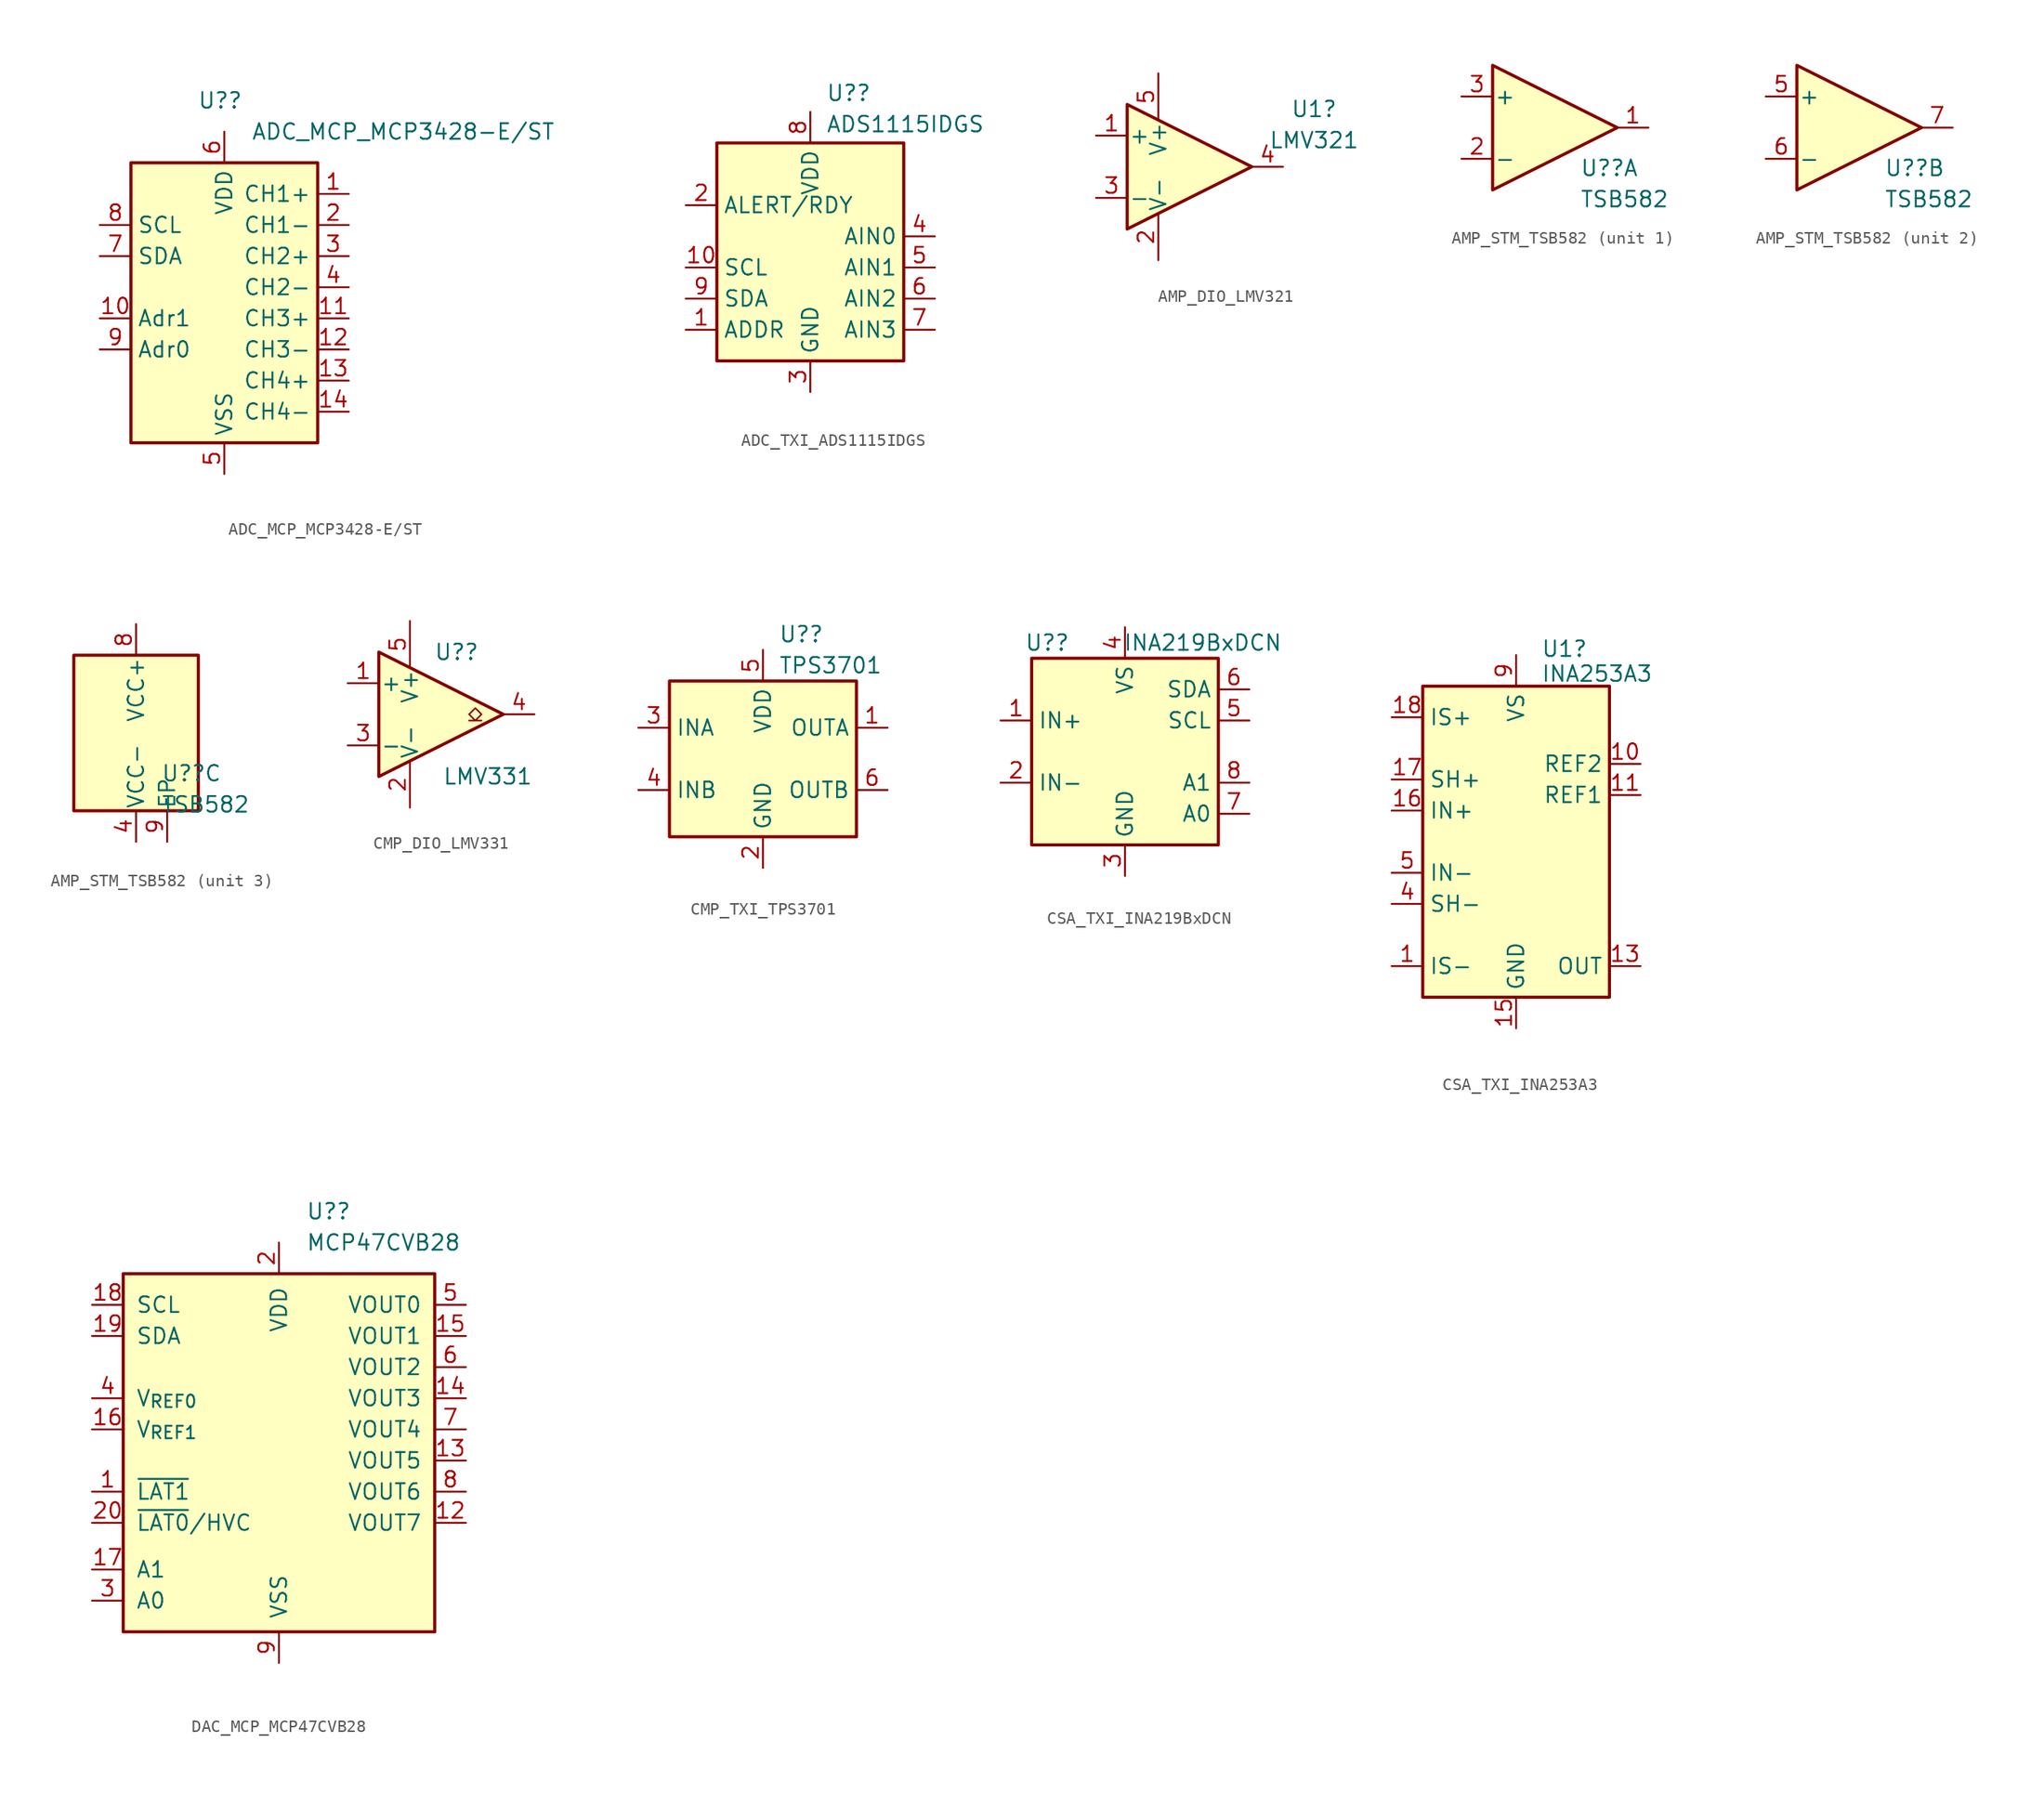
<source format=kicad_sym>
(kicad_symbol_lib
  (version 20231120)
  (generator "kicad_symbol_editor")
  (generator_version "8.0")
  (symbol "ADC_MCP_MCP3428-E/ST"
    (property "Reference" "U?"
      (at -2.194 15.24 0)
      (effects (font (size 1.27 1.27)) (justify left)))
    (property "Value" "ADC_MCP_MCP3428-E/ST"
      (at 2.194 12.7 0)
      (effects (font (size 1.27 1.27)) (justify left)))
    (symbol "ADC_MCP_MCP3428-E/ST_0_1"
      (rectangle (start -7.62 -12.7) (end 7.62 10.16) (stroke (width 0.254) (type default)) (fill (type background))))
    (symbol "ADC_MCP_MCP3428-E/ST_1_1"
      (pin input line (at 10.16 7.62 180) (length 2.54) (name "CH1+" (effects (font (size 1.27 1.27)))) (number "1" (effects (font (size 1.27 1.27)))))
      (pin input line (at -10.16 -2.54 0) (length 2.54) (name "Adr1" (effects (font (size 1.27 1.27)))) (number "10" (effects (font (size 1.27 1.27)))))
      (pin input line (at 10.16 -2.54 180) (length 2.54) (name "CH3+" (effects (font (size 1.27 1.27)))) (number "11" (effects (font (size 1.27 1.27)))))
      (pin input line (at 10.16 -5.08 180) (length 2.54) (name "CH3-" (effects (font (size 1.27 1.27)))) (number "12" (effects (font (size 1.27 1.27)))))
      (pin input line (at 10.16 -7.62 180) (length 2.54) (name "CH4+" (effects (font (size 1.27 1.27)))) (number "13" (effects (font (size 1.27 1.27)))))
      (pin input line (at 10.16 -10.16 180) (length 2.54) (name "CH4-" (effects (font (size 1.27 1.27)))) (number "14" (effects (font (size 1.27 1.27)))))
      (pin input line (at 10.16 5.08 180) (length 2.54) (name "CH1-" (effects (font (size 1.27 1.27)))) (number "2" (effects (font (size 1.27 1.27)))))
      (pin input line (at 10.16 2.54 180) (length 2.54) (name "CH2+" (effects (font (size 1.27 1.27)))) (number "3" (effects (font (size 1.27 1.27)))))
      (pin input line (at 10.16 0 180) (length 2.54) (name "CH2-" (effects (font (size 1.27 1.27)))) (number "4" (effects (font (size 1.27 1.27)))))
      (pin power_in line (at 0 -15.24 90) (length 2.54) (name "VSS" (effects (font (size 1.27 1.27)))) (number "5" (effects (font (size 1.27 1.27)))))
      (pin power_in line (at 0 12.7 270) (length 2.54) (name "VDD" (effects (font (size 1.27 1.27)))) (number "6" (effects (font (size 1.27 1.27)))))
      (pin bidirectional line (at -10.16 2.54 0) (length 2.54) (name "SDA" (effects (font (size 1.27 1.27)))) (number "7" (effects (font (size 1.27 1.27)))))
      (pin input line (at -10.16 5.08 0) (length 2.54) (name "SCL" (effects (font (size 1.27 1.27)))) (number "8" (effects (font (size 1.27 1.27)))))
      (pin input line (at -10.16 -5.08 0) (length 2.54) (name "Adr0" (effects (font (size 1.27 1.27)))) (number "9" (effects (font (size 1.27 1.27)))))))
  (symbol "ADC_TXI_ADS1115IDGS"
    (property "Reference" "U?"
      (at 1.27 14.224 0)
      (effects (font (size 1.27 1.27)) (justify left)))
    (property "Value" "ADS1115IDGS"
      (at 1.27 11.684 0)
      (effects (font (size 1.27 1.27)) (justify left)))
    (symbol "ADC_TXI_ADS1115IDGS_0_1"
      (rectangle (start -7.62 -7.62) (end 7.62 10.16) (stroke (width 0.254) (type default)) (fill (type background))))
    (symbol "ADC_TXI_ADS1115IDGS_1_1"
      (pin input line (at -10.16 -5.08 0) (length 2.54) (name "ADDR" (effects (font (size 1.27 1.27)))) (number "1" (effects (font (size 1.27 1.27)))))
      (pin input line (at -10.16 0 0) (length 2.54) (name "SCL" (effects (font (size 1.27 1.27)))) (number "10" (effects (font (size 1.27 1.27)))))
      (pin output line (at -10.16 5.08 0) (length 2.54) (name "ALERT/RDY" (effects (font (size 1.27 1.27)))) (number "2" (effects (font (size 1.27 1.27)))))
      (pin power_in line (at 0 -10.16 90) (length 2.54) (name "GND" (effects (font (size 1.27 1.27)))) (number "3" (effects (font (size 1.27 1.27)))))
      (pin input line (at 10.16 2.54 180) (length 2.54) (name "AIN0" (effects (font (size 1.27 1.27)))) (number "4" (effects (font (size 1.27 1.27)))))
      (pin input line (at 10.16 0 180) (length 2.54) (name "AIN1" (effects (font (size 1.27 1.27)))) (number "5" (effects (font (size 1.27 1.27)))))
      (pin input line (at 10.16 -2.54 180) (length 2.54) (name "AIN2" (effects (font (size 1.27 1.27)))) (number "6" (effects (font (size 1.27 1.27)))))
      (pin input line (at 10.16 -5.08 180) (length 2.54) (name "AIN3" (effects (font (size 1.27 1.27)))) (number "7" (effects (font (size 1.27 1.27)))))
      (pin power_in line (at 0 12.7 270) (length 2.54) (name "VDD" (effects (font (size 1.27 1.27)))) (number "8" (effects (font (size 1.27 1.27)))))
      (pin bidirectional line (at -10.16 -2.54 0) (length 2.54) (name "SDA" (effects (font (size 1.27 1.27)))) (number "9" (effects (font (size 1.27 1.27)))))))
  (symbol "AMP_DIO_LMV321"
    (pin_names
      (offset 0.127))
    (property "Reference" "U1"
      (at 10.16 4.699 0)
      (effects (font (size 1.27 1.27))))
    (property "Value" "LMV321"
      (at 10.16 2.159 0)
      (effects (font (size 1.27 1.27))))
    (symbol "AMP_DIO_LMV321_0_1"
      (polyline (pts (xy -5.08 5.08) (xy 5.08 0) (xy -5.08 -5.08) (xy -5.08 5.08)) (stroke (width 0.254) (type default)) (fill (type background)))
      (pin power_in line (at -2.54 -7.62 90) (length 3.81) (name "V-" (effects (font (size 1.27 1.27)))) (number "2" (effects (font (size 1.27 1.27)))))
      (pin power_in line (at -2.54 7.62 270) (length 3.81) (name "V+" (effects (font (size 1.27 1.27)))) (number "5" (effects (font (size 1.27 1.27))))))
    (symbol "AMP_DIO_LMV321_1_1"
      (pin input line (at -7.62 2.54 0) (length 2.54) (name "+" (effects (font (size 1.27 1.27)))) (number "1" (effects (font (size 1.27 1.27)))))
      (pin input line (at -7.62 -2.54 0) (length 2.54) (name "-" (effects (font (size 1.27 1.27)))) (number "3" (effects (font (size 1.27 1.27)))))
      (pin output line (at 7.62 0 180) (length 2.54) (name "~" (effects (font (size 1.27 1.27)))) (number "4" (effects (font (size 1.27 1.27)))))))
  (symbol "AMP_STM_TSB582"
    (pin_names
      (offset 0.127))
    (property "Reference" "U?"
      (at 2.032 -3.302 0)
      (effects (font (size 1.27 1.27)) (justify left)))
    (property "Value" "TSB582"
      (at 2.032 -5.842 0)
      (effects (font (size 1.27 1.27)) (justify left)))
    (property "ki_locked" ""
      (at 0 0 0)
      (effects (font (size 1.27 1.27))))
    (symbol "AMP_STM_TSB582_1_1"
      (polyline (pts (xy -5.08 5.08) (xy 5.08 0) (xy -5.08 -5.08) (xy -5.08 5.08)) (stroke (width 0.254) (type default)) (fill (type background)))
      (pin output line (at 7.62 0 180) (length 2.54) (name "~" (effects (font (size 1.27 1.27)))) (number "1" (effects (font (size 1.27 1.27)))))
      (pin input line (at -7.62 -2.54 0) (length 2.54) (name "-" (effects (font (size 1.27 1.27)))) (number "2" (effects (font (size 1.27 1.27)))))
      (pin input line (at -7.62 2.54 0) (length 2.54) (name "+" (effects (font (size 1.27 1.27)))) (number "3" (effects (font (size 1.27 1.27))))))
    (symbol "AMP_STM_TSB582_2_1"
      (polyline (pts (xy -5.08 5.08) (xy 5.08 0) (xy -5.08 -5.08) (xy -5.08 5.08)) (stroke (width 0.254) (type default)) (fill (type background)))
      (pin input line (at -7.62 2.54 0) (length 2.54) (name "+" (effects (font (size 1.27 1.27)))) (number "5" (effects (font (size 1.27 1.27)))))
      (pin input line (at -7.62 -2.54 0) (length 2.54) (name "-" (effects (font (size 1.27 1.27)))) (number "6" (effects (font (size 1.27 1.27)))))
      (pin output line (at 7.62 0 180) (length 2.54) (name "~" (effects (font (size 1.27 1.27)))) (number "7" (effects (font (size 1.27 1.27))))))
    (symbol "AMP_STM_TSB582_3_0"
      (rectangle (start -5.08 6.35) (end 5.08 -6.35) (stroke (width 0.254) (type solid)) (fill (type background))))
    (symbol "AMP_STM_TSB582_3_1"
      (pin power_in line (at 0 -8.89 90) (length 2.54) (name "VCC-" (effects (font (size 1.27 1.27)))) (number "4" (effects (font (size 1.27 1.27)))))
      (pin power_in line (at 0 8.89 270) (length 2.54) (name "VCC+" (effects (font (size 1.27 1.27)))) (number "8" (effects (font (size 1.27 1.27)))))
      (pin power_in line (at 2.54 -8.89 90) (length 2.54) (name "EP" (effects (font (size 1.27 1.27)))) (number "9" (effects (font (size 1.27 1.27)))))))
  (symbol "CMP_DIO_LMV331"
    (pin_names
      (offset 0.127))
    (property "Reference" "U?"
      (at 3.81 5.08 0)
      (effects (font (size 1.27 1.27))))
    (property "Value" "LMV331"
      (at 6.35 -5.08 0)
      (effects (font (size 1.27 1.27))))
    (symbol "CMP_DIO_LMV331_0_1"
      (polyline (pts (xy -2.54 5.08) (xy 7.62 0) (xy -2.54 -5.08) (xy -2.54 5.08)) (stroke (width 0.254) (type default)) (fill (type background)))
      (polyline (pts (xy 5.842 -0.508) (xy 5.334 -0.508) (xy 5.842 0) (xy 5.334 0.508) (xy 4.826 0) (xy 5.334 -0.508) (xy 4.826 -0.508)) (stroke (width 0.127) (type default)) (fill (type none))))
    (symbol "CMP_DIO_LMV331_1_1"
      (pin input line (at -5.08 2.54 0) (length 2.54) (name "+" (effects (font (size 1.27 1.27)))) (number "1" (effects (font (size 1.27 1.27)))))
      (pin power_in line (at 0 -7.62 90) (length 3.81) (name "V-" (effects (font (size 1.27 1.27)))) (number "2" (effects (font (size 1.27 1.27)))))
      (pin input line (at -5.08 -2.54 0) (length 2.54) (name "-" (effects (font (size 1.27 1.27)))) (number "3" (effects (font (size 1.27 1.27)))))
      (pin open_collector line (at 10.16 0 180) (length 2.54) (name "~" (effects (font (size 1.27 1.27)))) (number "4" (effects (font (size 1.27 1.27)))))
      (pin power_in line (at 0 7.62 270) (length 3.81) (name "V+" (effects (font (size 1.27 1.27)))) (number "5" (effects (font (size 1.27 1.27)))))))
  (symbol "CMP_TXI_TPS3701"
    (property "Reference" "U?"
      (at 1.27 11.43 0)
      (effects (font (size 1.27 1.27)) (justify left)))
    (property "Value" "TPS3701"
      (at 1.27 8.89 0)
      (effects (font (size 1.27 1.27)) (justify left)))
    (symbol "CMP_TXI_TPS3701_0_1"
      (rectangle (start -7.62 7.62) (end 7.62 -5.08) (stroke (width 0.254) (type default)) (fill (type background))))
    (symbol "CMP_TXI_TPS3701_1_1"
      (pin open_collector line (at 10.16 3.81 180) (length 2.54) (name "OUTA" (effects (font (size 1.27 1.27)))) (number "1" (effects (font (size 1.27 1.27)))))
      (pin power_in line (at 0 -7.62 90) (length 2.54) (name "GND" (effects (font (size 1.27 1.27)))) (number "2" (effects (font (size 1.27 1.27)))))
      (pin input line (at -10.16 3.81 0) (length 2.54) (name "INA" (effects (font (size 1.27 1.27)))) (number "3" (effects (font (size 1.27 1.27)))))
      (pin input line (at -10.16 -1.27 0) (length 2.54) (name "INB" (effects (font (size 1.27 1.27)))) (number "4" (effects (font (size 1.27 1.27)))))
      (pin power_in line (at 0 10.16 270) (length 2.54) (name "VDD" (effects (font (size 1.27 1.27)))) (number "5" (effects (font (size 1.27 1.27)))))
      (pin open_collector line (at 10.16 -1.27 180) (length 2.54) (name "OUTB" (effects (font (size 1.27 1.27)))) (number "6" (effects (font (size 1.27 1.27)))))))
  (symbol "CSA_TXI_INA219BxDCN"
    (property "Reference" "U?"
      (at -6.35 8.89 0)
      (effects (font (size 1.27 1.27))))
    (property "Value" "INA219BxDCN"
      (at 6.35 8.89 0)
      (effects (font (size 1.27 1.27))))
    (symbol "CSA_TXI_INA219BxDCN_0_1"
      (rectangle (start -7.62 7.62) (end 7.62 -7.62) (stroke (width 0.254) (type default)) (fill (type background))))
    (symbol "CSA_TXI_INA219BxDCN_1_1"
      (pin input line (at -10.16 2.54 0) (length 2.54) (name "IN+" (effects (font (size 1.27 1.27)))) (number "1" (effects (font (size 1.27 1.27)))))
      (pin input line (at -10.16 -2.54 0) (length 2.54) (name "IN-" (effects (font (size 1.27 1.27)))) (number "2" (effects (font (size 1.27 1.27)))))
      (pin power_in line (at 0 -10.16 90) (length 2.54) (name "GND" (effects (font (size 1.27 1.27)))) (number "3" (effects (font (size 1.27 1.27)))))
      (pin power_in line (at 0 10.16 270) (length 2.54) (name "VS" (effects (font (size 1.27 1.27)))) (number "4" (effects (font (size 1.27 1.27)))))
      (pin input line (at 10.16 2.54 180) (length 2.54) (name "SCL" (effects (font (size 1.27 1.27)))) (number "5" (effects (font (size 1.27 1.27)))))
      (pin bidirectional line (at 10.16 5.08 180) (length 2.54) (name "SDA" (effects (font (size 1.27 1.27)))) (number "6" (effects (font (size 1.27 1.27)))))
      (pin input line (at 10.16 -5.08 180) (length 2.54) (name "A0" (effects (font (size 1.27 1.27)))) (number "7" (effects (font (size 1.27 1.27)))))
      (pin input line (at 10.16 -2.54 180) (length 2.54) (name "A1" (effects (font (size 1.27 1.27)))) (number "8" (effects (font (size 1.27 1.27)))))))
  (symbol "CSA_TXI_INA253A3"
    (property "Reference" "U1"
      (at 2.032 15.748 0)
      (effects (font (size 1.27 1.27)) (justify left)))
    (property "Value" "INA253A3"
      (at 2.032 13.716 0)
      (effects (font (size 1.27 1.27)) (justify left)))
    (symbol "CSA_TXI_INA253A3_0_1"
      (rectangle (start -7.62 12.7) (end 7.62 -12.7) (stroke (width 0.254) (type default)) (fill (type background))))
    (symbol "CSA_TXI_INA253A3_1_1"
      (pin passive line (at -10.16 -10.16 0) (length 2.54) (name "IS-" (effects (font (size 1.27 1.27)))) (number "1" (effects (font (size 1.27 1.27)))))
      (pin passive line (at 10.16 6.35 180) (length 2.54) (name "REF2" (effects (font (size 1.27 1.27)))) (number "10" (effects (font (size 1.27 1.27)))))
      (pin passive line (at 10.16 3.81 180) (length 2.54) (name "REF1" (effects (font (size 1.27 1.27)))) (number "11" (effects (font (size 1.27 1.27)))))
      (pin no_connect line (at 10.16 -2.54 180) (length 2.54) hide (name "NC" (effects (font (size 1.27 1.27)))) (number "12" (effects (font (size 1.27 1.27)))))
      (pin output line (at 10.16 -10.16 180) (length 2.54) (name "OUT" (effects (font (size 1.27 1.27)))) (number "13" (effects (font (size 1.27 1.27)))))
      (pin no_connect line (at 10.16 -2.54 180) (length 2.54) hide (name "DNC2" (effects (font (size 1.27 1.27)))) (number "14" (effects (font (size 1.27 1.27)))))
      (pin passive line (at 0 -15.24 90) (length 2.54) (name "GND" (effects (font (size 1.27 1.27)))) (number "15" (effects (font (size 1.27 1.27)))))
      (pin passive line (at -10.16 2.54 0) (length 2.54) (name "IN+" (effects (font (size 1.27 1.27)))) (number "16" (effects (font (size 1.27 1.27)))))
      (pin passive line (at -10.16 5.08 0) (length 2.54) (name "SH+" (effects (font (size 1.27 1.27)))) (number "17" (effects (font (size 1.27 1.27)))))
      (pin passive line (at -10.16 10.16 0) (length 2.54) (name "IS+" (effects (font (size 1.27 1.27)))) (number "18" (effects (font (size 1.27 1.27)))))
      (pin passive line (at -10.16 10.16 0) (length 2.54) hide (name "IS+" (effects (font (size 1.27 1.27)))) (number "19" (effects (font (size 1.27 1.27)))))
      (pin passive line (at -10.16 -10.16 0) (length 2.54) hide (name "IS-" (effects (font (size 1.27 1.27)))) (number "2" (effects (font (size 1.27 1.27)))))
      (pin passive line (at -10.16 10.16 0) (length 2.54) hide (name "IS+" (effects (font (size 1.27 1.27)))) (number "20" (effects (font (size 1.27 1.27)))))
      (pin passive line (at -10.16 -10.16 0) (length 2.54) hide (name "IS-" (effects (font (size 1.27 1.27)))) (number "3" (effects (font (size 1.27 1.27)))))
      (pin passive line (at -10.16 -5.08 0) (length 2.54) (name "SH-" (effects (font (size 1.27 1.27)))) (number "4" (effects (font (size 1.27 1.27)))))
      (pin passive line (at -10.16 -2.54 0) (length 2.54) (name "IN-" (effects (font (size 1.27 1.27)))) (number "5" (effects (font (size 1.27 1.27)))))
      (pin power_in line (at 0 -15.24 90) (length 2.54) hide (name "GND" (effects (font (size 1.27 1.27)))) (number "6" (effects (font (size 1.27 1.27)))))
      (pin no_connect line (at 10.16 -2.54 180) (length 2.54) hide (name "DNC1" (effects (font (size 1.27 1.27)))) (number "7" (effects (font (size 1.27 1.27)))))
      (pin no_connect line (at 10.16 -2.54 180) (length 2.54) hide (name "NC" (effects (font (size 1.27 1.27)))) (number "8" (effects (font (size 1.27 1.27)))))
      (pin power_in line (at 0 15.24 270) (length 2.54) (name "VS" (effects (font (size 1.27 1.27)))) (number "9" (effects (font (size 1.27 1.27)))))))
  (symbol "DAC_MCP_MCP47CVB28"
    (pin_names
      (offset 1.016))
    (property "Reference" "U?"
      (at 2.194 10.16 0)
      (effects (font (size 1.27 1.27)) (justify left)))
    (property "Value" "MCP47CVB28"
      (at 2.194 7.62 0)
      (effects (font (size 1.27 1.27)) (justify left)))
    (symbol "DAC_MCP_MCP47CVB28_0_1"
      (rectangle (start -12.7 5.08) (end 12.7 -24.13) (stroke (width 0.254) (type default)) (fill (type background))))
    (symbol "DAC_MCP_MCP47CVB28_1_1"
      (pin input line (at -15.24 -12.7 0) (length 2.54) (name "~{LAT1}" (effects (font (size 1.27 1.27)))) (number "1" (effects (font (size 1.27 1.27)))))
      (pin no_connect line (at -5.08 -26.67 90) (length 2.54) hide (name "NC" (effects (font (size 1.27 1.27)))) (number "10" (effects (font (size 1.27 1.27)))))
      (pin no_connect line (at -7.62 -26.67 90) (length 2.54) hide (name "NC" (effects (font (size 1.27 1.27)))) (number "11" (effects (font (size 1.27 1.27)))))
      (pin output line (at 15.24 -15.24 180) (length 2.54) (name "VOUT7" (effects (font (size 1.27 1.27)))) (number "12" (effects (font (size 1.27 1.27)))))
      (pin output line (at 15.24 -10.16 180) (length 2.54) (name "VOUT5" (effects (font (size 1.27 1.27)))) (number "13" (effects (font (size 1.27 1.27)))))
      (pin output line (at 15.24 -5.08 180) (length 2.54) (name "VOUT3" (effects (font (size 1.27 1.27)))) (number "14" (effects (font (size 1.27 1.27)))))
      (pin output line (at 15.24 0 180) (length 2.54) (name "VOUT1" (effects (font (size 1.27 1.27)))) (number "15" (effects (font (size 1.27 1.27)))))
      (pin output line (at -15.24 -7.62 0) (length 2.54) (name "V_{REF1}" (effects (font (size 1.27 1.27)))) (number "16" (effects (font (size 1.27 1.27)))))
      (pin bidirectional line (at -15.24 -19.05 0) (length 2.54) (name "A1" (effects (font (size 1.27 1.27)))) (number "17" (effects (font (size 1.27 1.27)))))
      (pin input line (at -15.24 2.54 0) (length 2.54) (name "SCL" (effects (font (size 1.27 1.27)))) (number "18" (effects (font (size 1.27 1.27)))))
      (pin bidirectional line (at -15.24 0 0) (length 2.54) (name "SDA" (effects (font (size 1.27 1.27)))) (number "19" (effects (font (size 1.27 1.27)))))
      (pin power_in line (at 0 7.62 270) (length 2.54) (name "VDD" (effects (font (size 1.27 1.27)))) (number "2" (effects (font (size 1.27 1.27)))))
      (pin input line (at -15.24 -15.24 0) (length 2.54) (name "~{LAT0}/HVC" (effects (font (size 1.27 1.27)))) (number "20" (effects (font (size 1.27 1.27)))))
      (pin bidirectional line (at -15.24 -21.59 0) (length 2.54) (name "A0" (effects (font (size 1.27 1.27)))) (number "3" (effects (font (size 1.27 1.27)))))
      (pin output line (at -15.24 -5.08 0) (length 2.54) (name "V_{REF0}" (effects (font (size 1.27 1.27)))) (number "4" (effects (font (size 1.27 1.27)))))
      (pin output line (at 15.24 2.54 180) (length 2.54) (name "VOUT0" (effects (font (size 1.27 1.27)))) (number "5" (effects (font (size 1.27 1.27)))))
      (pin output line (at 15.24 -2.54 180) (length 2.54) (name "VOUT2" (effects (font (size 1.27 1.27)))) (number "6" (effects (font (size 1.27 1.27)))))
      (pin output line (at 15.24 -7.62 180) (length 2.54) (name "VOUT4" (effects (font (size 1.27 1.27)))) (number "7" (effects (font (size 1.27 1.27)))))
      (pin output line (at 15.24 -12.7 180) (length 2.54) (name "VOUT6" (effects (font (size 1.27 1.27)))) (number "8" (effects (font (size 1.27 1.27)))))
      (pin power_in line (at 0 -26.67 90) (length 2.54) (name "VSS" (effects (font (size 1.27 1.27)))) (number "9" (effects (font (size 1.27 1.27))))))))
</source>
